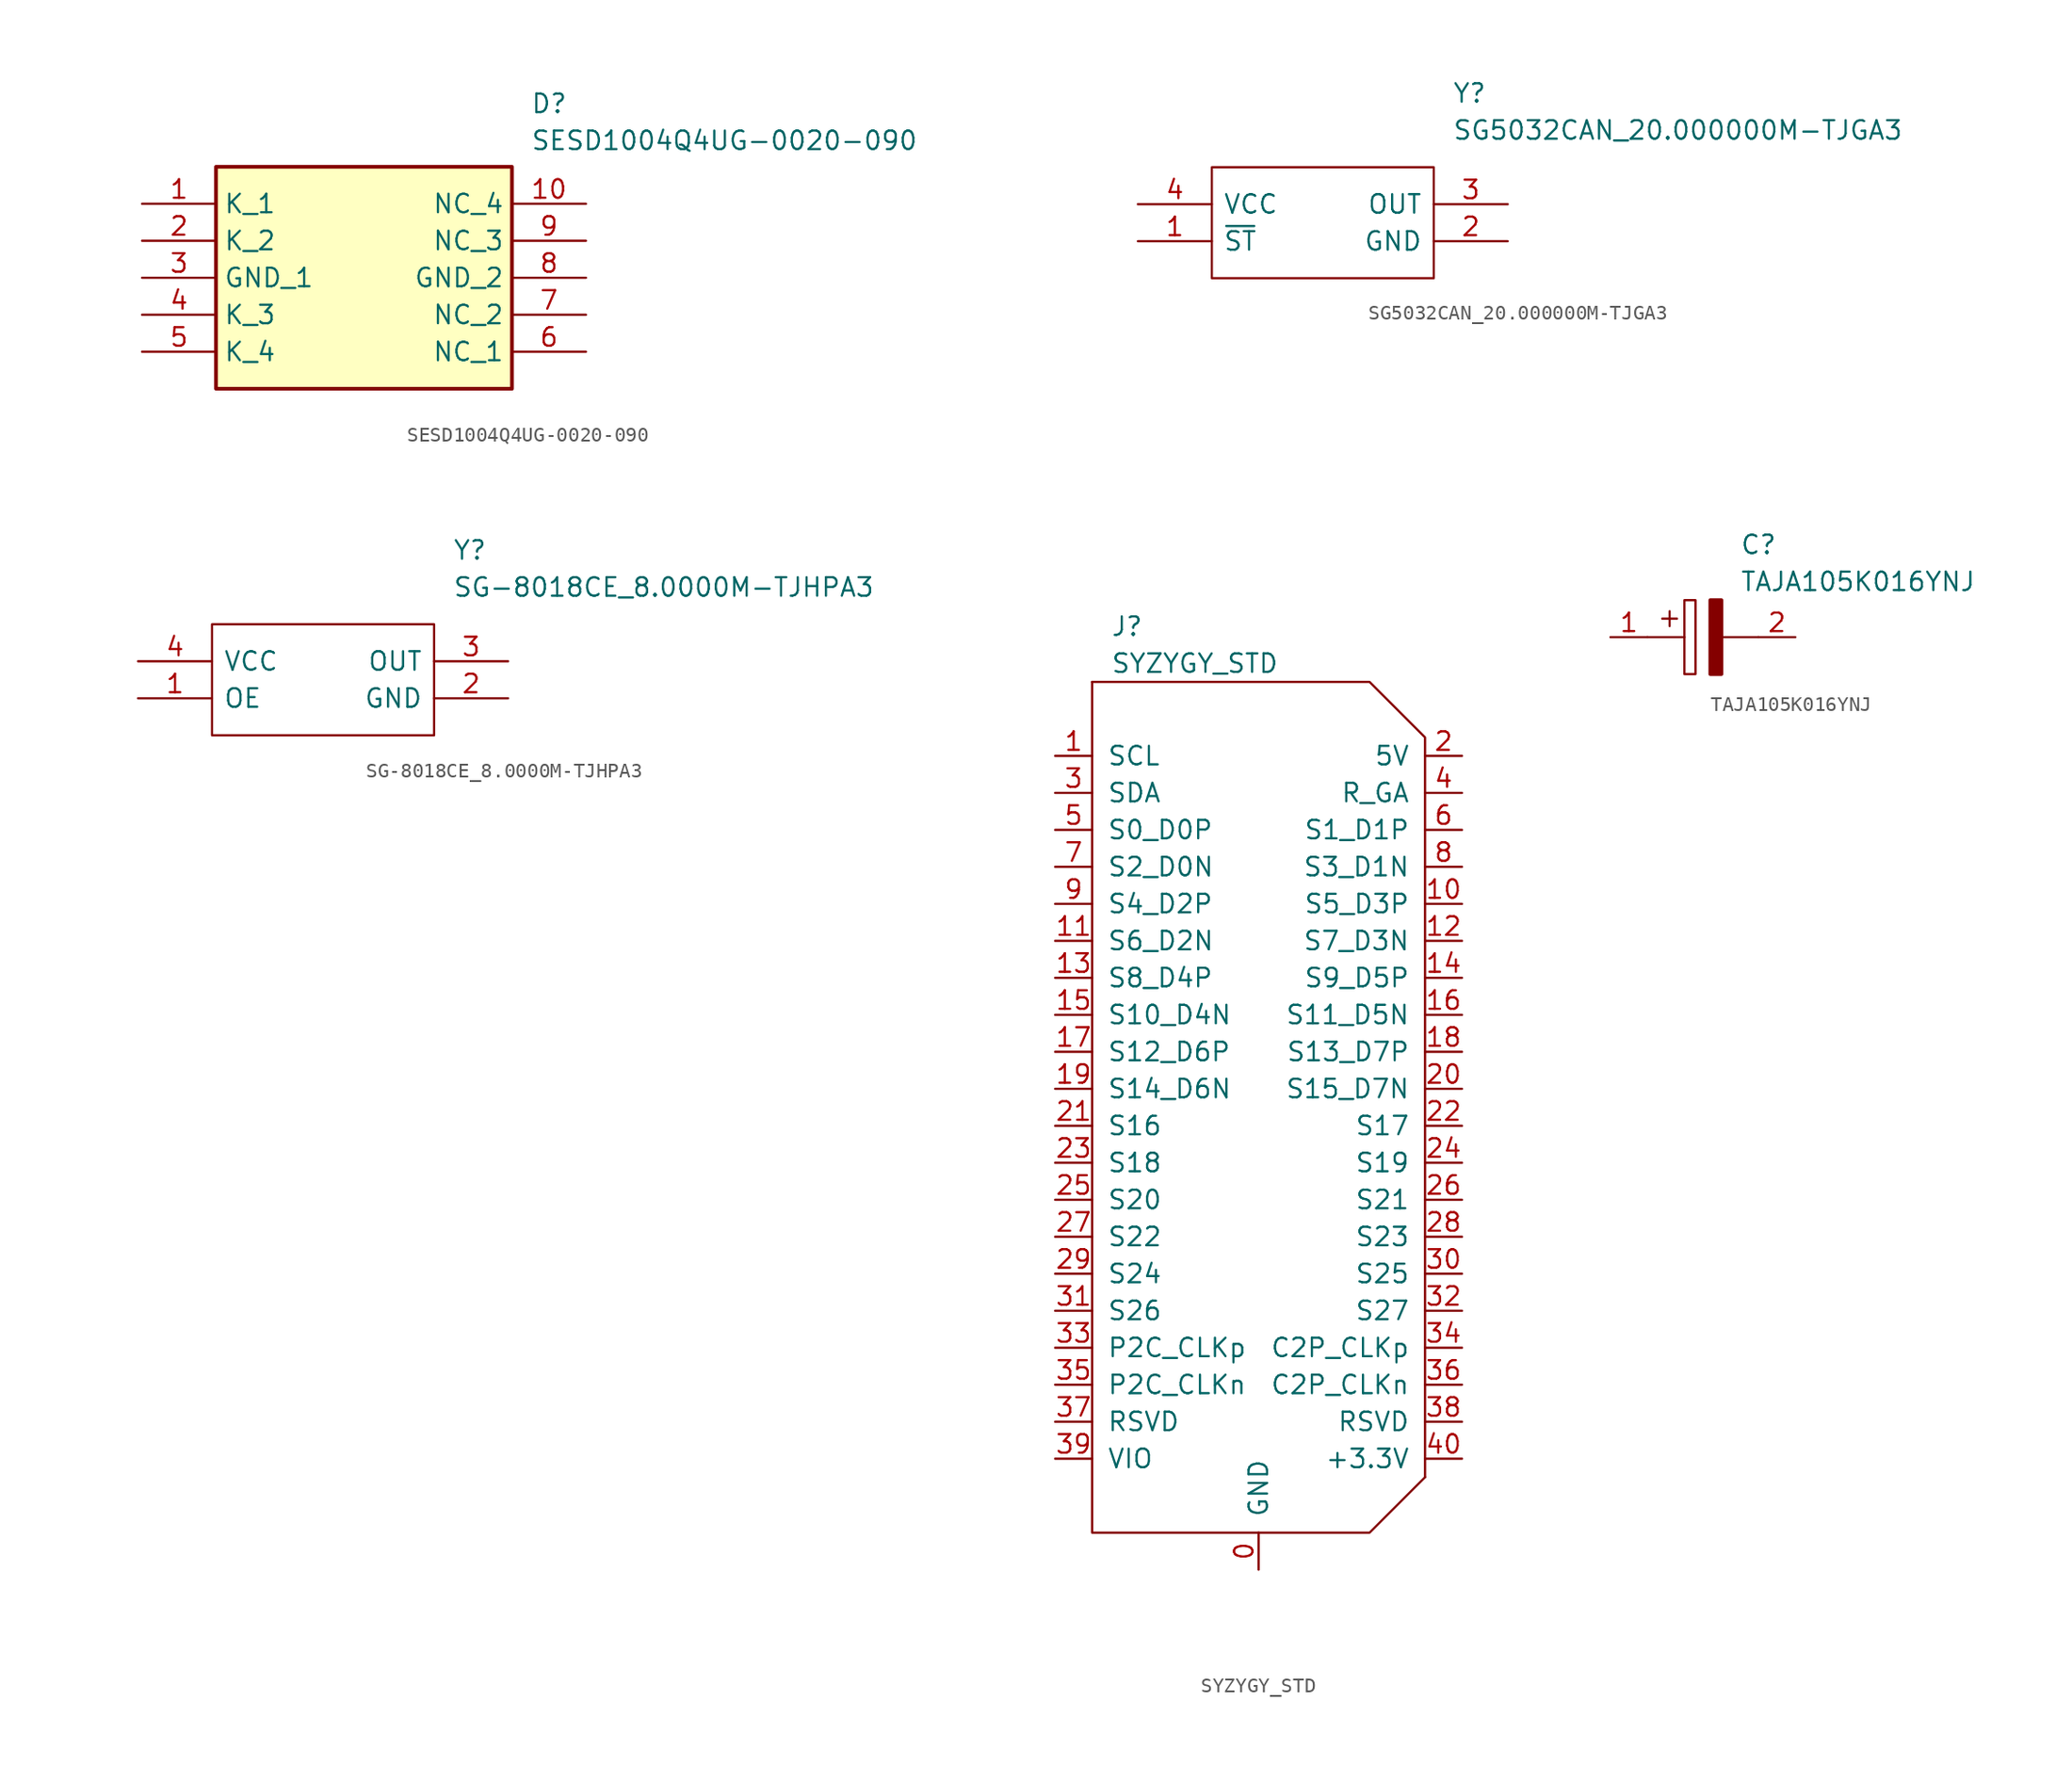
<source format=kicad_sym>
(kicad_symbol_lib
  (version 20231120)
  (generator "kicad_symbol_editor")
  (generator_version "8.0")
  (symbol "SESD1004Q4UG-0020-090"
    (property "Reference" "D"
      (at 26.67 7.62 0)
      (effects (font (size 1.27 1.27)) (justify left top)))
    (property "Value" "SESD1004Q4UG-0020-090"
      (at 26.67 5.08 0)
      (effects (font (size 1.27 1.27)) (justify left top)))
    (symbol "SESD1004Q4UG-0020-090_1_1"
      (rectangle (start 5.08 2.54) (end 25.4 -12.7) (stroke (width 0.254) (type default)) (fill (type background)))
      (pin passive line (at 0 0 0) (length 5.08) (name "K_1" (effects (font (size 1.27 1.27)))) (number "1" (effects (font (size 1.27 1.27)))))
      (pin passive line (at 30.48 0 180) (length 5.08) (name "NC_4" (effects (font (size 1.27 1.27)))) (number "10" (effects (font (size 1.27 1.27)))))
      (pin passive line (at 0 -2.54 0) (length 5.08) (name "K_2" (effects (font (size 1.27 1.27)))) (number "2" (effects (font (size 1.27 1.27)))))
      (pin passive line (at 0 -5.08 0) (length 5.08) (name "GND_1" (effects (font (size 1.27 1.27)))) (number "3" (effects (font (size 1.27 1.27)))))
      (pin passive line (at 0 -7.62 0) (length 5.08) (name "K_3" (effects (font (size 1.27 1.27)))) (number "4" (effects (font (size 1.27 1.27)))))
      (pin passive line (at 0 -10.16 0) (length 5.08) (name "K_4" (effects (font (size 1.27 1.27)))) (number "5" (effects (font (size 1.27 1.27)))))
      (pin passive line (at 30.48 -10.16 180) (length 5.08) (name "NC_1" (effects (font (size 1.27 1.27)))) (number "6" (effects (font (size 1.27 1.27)))))
      (pin passive line (at 30.48 -7.62 180) (length 5.08) (name "NC_2" (effects (font (size 1.27 1.27)))) (number "7" (effects (font (size 1.27 1.27)))))
      (pin passive line (at 30.48 -5.08 180) (length 5.08) (name "GND_2" (effects (font (size 1.27 1.27)))) (number "8" (effects (font (size 1.27 1.27)))))
      (pin passive line (at 30.48 -2.54 180) (length 5.08) (name "NC_3" (effects (font (size 1.27 1.27)))) (number "9" (effects (font (size 1.27 1.27)))))))
  (symbol "SG5032CAN_20.000000M-TJGA3"
    (pin_names
      (offset 0.762))
    (property "Reference" "Y"
      (at 21.59 7.62 0)
      (effects (font (size 1.27 1.27)) (justify left)))
    (property "Value" "SG5032CAN_20.000000M-TJGA3"
      (at 21.59 5.08 0)
      (effects (font (size 1.27 1.27)) (justify left)))
    (symbol "SG5032CAN_20.000000M-TJGA3_0_0"
      (pin passive line (at 0 -2.54 0) (length 5.08) (name "~{ST}" (effects (font (size 1.27 1.27)))) (number "1" (effects (font (size 1.27 1.27)))))
      (pin passive line (at 25.4 -2.54 180) (length 5.08) (name "GND" (effects (font (size 1.27 1.27)))) (number "2" (effects (font (size 1.27 1.27)))))
      (pin passive line (at 25.4 0 180) (length 5.08) (name "OUT" (effects (font (size 1.27 1.27)))) (number "3" (effects (font (size 1.27 1.27)))))
      (pin passive line (at 0 0 0) (length 5.08) (name "VCC" (effects (font (size 1.27 1.27)))) (number "4" (effects (font (size 1.27 1.27))))))
    (symbol "SG5032CAN_20.000000M-TJGA3_0_1"
      (polyline (pts (xy 5.08 2.54) (xy 20.32 2.54) (xy 20.32 -5.08) (xy 5.08 -5.08) (xy 5.08 2.54)) (stroke (width 0.152) (type solid)) (fill (type none)))))
  (symbol "SG-8018CE_8.0000M-TJHPA3"
    (pin_names
      (offset 0.762))
    (property "Reference" "Y"
      (at 21.59 7.62 0)
      (effects (font (size 1.27 1.27)) (justify left)))
    (property "Value" "SG-8018CE_8.0000M-TJHPA3"
      (at 21.59 5.08 0)
      (effects (font (size 1.27 1.27)) (justify left)))
    (symbol "SG-8018CE_8.0000M-TJHPA3_0_0"
      (pin passive line (at 0 -2.54 0) (length 5.08) (name "OE" (effects (font (size 1.27 1.27)))) (number "1" (effects (font (size 1.27 1.27)))))
      (pin passive line (at 25.4 -2.54 180) (length 5.08) (name "GND" (effects (font (size 1.27 1.27)))) (number "2" (effects (font (size 1.27 1.27)))))
      (pin passive line (at 25.4 0 180) (length 5.08) (name "OUT" (effects (font (size 1.27 1.27)))) (number "3" (effects (font (size 1.27 1.27)))))
      (pin passive line (at 0 0 0) (length 5.08) (name "VCC" (effects (font (size 1.27 1.27)))) (number "4" (effects (font (size 1.27 1.27))))))
    (symbol "SG-8018CE_8.0000M-TJHPA3_0_1"
      (polyline (pts (xy 5.08 2.54) (xy 20.32 2.54) (xy 20.32 -5.08) (xy 5.08 -5.08) (xy 5.08 2.54)) (stroke (width 0.152) (type solid)) (fill (type none)))))
  (symbol "SYZYGY_STD"
    (pin_names
      (offset 1.016))
    (property "Reference" "J"
      (at -10.16 30.48 0)
      (effects (font (size 1.27 1.27)) (justify left)))
    (property "Value" "SYZYGY_STD"
      (at -10.16 27.94 0)
      (effects (font (size 1.27 1.27)) (justify left)))
    (symbol "SYZYGY_STD_0_1"
      (polyline (pts (xy -11.43 26.67) (xy -11.43 -31.75) (xy 7.62 -31.75) (xy 11.43 -27.94)) (stroke (width 0) (type solid)) (fill (type none)))
      (polyline (pts (xy 11.43 -27.94) (xy 11.43 22.86) (xy 7.62 26.67) (xy -11.43 26.67)) (stroke (width 0) (type solid)) (fill (type none))))
    (symbol "SYZYGY_STD_1_1"
      (pin passive line (at 0 -34.29 90) (length 2.54) (name "GND" (effects (font (size 1.27 1.27)))) (number "0" (effects (font (size 1.27 1.27)))))
      (pin passive line (at -13.97 21.59 0) (length 2.54) (name "SCL" (effects (font (size 1.27 1.27)))) (number "1" (effects (font (size 1.27 1.27)))))
      (pin passive line (at 13.97 11.43 180) (length 2.54) (name "S5_D3P" (effects (font (size 1.27 1.27)))) (number "10" (effects (font (size 1.27 1.27)))))
      (pin passive line (at -13.97 8.89 0) (length 2.54) (name "S6_D2N" (effects (font (size 1.27 1.27)))) (number "11" (effects (font (size 1.27 1.27)))))
      (pin passive line (at 13.97 8.89 180) (length 2.54) (name "S7_D3N" (effects (font (size 1.27 1.27)))) (number "12" (effects (font (size 1.27 1.27)))))
      (pin passive line (at -13.97 6.35 0) (length 2.54) (name "S8_D4P" (effects (font (size 1.27 1.27)))) (number "13" (effects (font (size 1.27 1.27)))))
      (pin passive line (at 13.97 6.35 180) (length 2.54) (name "S9_D5P" (effects (font (size 1.27 1.27)))) (number "14" (effects (font (size 1.27 1.27)))))
      (pin passive line (at -13.97 3.81 0) (length 2.54) (name "S10_D4N" (effects (font (size 1.27 1.27)))) (number "15" (effects (font (size 1.27 1.27)))))
      (pin passive line (at 13.97 3.81 180) (length 2.54) (name "S11_D5N" (effects (font (size 1.27 1.27)))) (number "16" (effects (font (size 1.27 1.27)))))
      (pin passive line (at -13.97 1.27 0) (length 2.54) (name "S12_D6P" (effects (font (size 1.27 1.27)))) (number "17" (effects (font (size 1.27 1.27)))))
      (pin passive line (at 13.97 1.27 180) (length 2.54) (name "S13_D7P" (effects (font (size 1.27 1.27)))) (number "18" (effects (font (size 1.27 1.27)))))
      (pin passive line (at -13.97 -1.27 0) (length 2.54) (name "S14_D6N" (effects (font (size 1.27 1.27)))) (number "19" (effects (font (size 1.27 1.27)))))
      (pin power_out line (at 13.97 21.59 180) (length 2.54) (name "5V" (effects (font (size 1.27 1.27)))) (number "2" (effects (font (size 1.27 1.27)))))
      (pin passive line (at 13.97 -1.27 180) (length 2.54) (name "S15_D7N" (effects (font (size 1.27 1.27)))) (number "20" (effects (font (size 1.27 1.27)))))
      (pin passive line (at -13.97 -3.81 0) (length 2.54) (name "S16" (effects (font (size 1.27 1.27)))) (number "21" (effects (font (size 1.27 1.27)))))
      (pin passive line (at 13.97 -3.81 180) (length 2.54) (name "S17" (effects (font (size 1.27 1.27)))) (number "22" (effects (font (size 1.27 1.27)))))
      (pin passive line (at -13.97 -6.35 0) (length 2.54) (name "S18" (effects (font (size 1.27 1.27)))) (number "23" (effects (font (size 1.27 1.27)))))
      (pin passive line (at 13.97 -6.35 180) (length 2.54) (name "S19" (effects (font (size 1.27 1.27)))) (number "24" (effects (font (size 1.27 1.27)))))
      (pin passive line (at -13.97 -8.89 0) (length 2.54) (name "S20" (effects (font (size 1.27 1.27)))) (number "25" (effects (font (size 1.27 1.27)))))
      (pin passive line (at 13.97 -8.89 180) (length 2.54) (name "S21" (effects (font (size 1.27 1.27)))) (number "26" (effects (font (size 1.27 1.27)))))
      (pin passive line (at -13.97 -11.43 0) (length 2.54) (name "S22" (effects (font (size 1.27 1.27)))) (number "27" (effects (font (size 1.27 1.27)))))
      (pin passive line (at 13.97 -11.43 180) (length 2.54) (name "S23" (effects (font (size 1.27 1.27)))) (number "28" (effects (font (size 1.27 1.27)))))
      (pin passive line (at -13.97 -13.97 0) (length 2.54) (name "S24" (effects (font (size 1.27 1.27)))) (number "29" (effects (font (size 1.27 1.27)))))
      (pin passive line (at -13.97 19.05 0) (length 2.54) (name "SDA" (effects (font (size 1.27 1.27)))) (number "3" (effects (font (size 1.27 1.27)))))
      (pin passive line (at 13.97 -13.97 180) (length 2.54) (name "S25" (effects (font (size 1.27 1.27)))) (number "30" (effects (font (size 1.27 1.27)))))
      (pin passive line (at -13.97 -16.51 0) (length 2.54) (name "S26" (effects (font (size 1.27 1.27)))) (number "31" (effects (font (size 1.27 1.27)))))
      (pin passive line (at 13.97 -16.51 180) (length 2.54) (name "S27" (effects (font (size 1.27 1.27)))) (number "32" (effects (font (size 1.27 1.27)))))
      (pin passive line (at -13.97 -19.05 0) (length 2.54) (name "P2C_CLKp" (effects (font (size 1.27 1.27)))) (number "33" (effects (font (size 1.27 1.27)))))
      (pin passive line (at 13.97 -19.05 180) (length 2.54) (name "C2P_CLKp" (effects (font (size 1.27 1.27)))) (number "34" (effects (font (size 1.27 1.27)))))
      (pin passive line (at -13.97 -21.59 0) (length 2.54) (name "P2C_CLKn" (effects (font (size 1.27 1.27)))) (number "35" (effects (font (size 1.27 1.27)))))
      (pin passive line (at 13.97 -21.59 180) (length 2.54) (name "C2P_CLKn" (effects (font (size 1.27 1.27)))) (number "36" (effects (font (size 1.27 1.27)))))
      (pin passive line (at -13.97 -24.13 0) (length 2.54) (name "RSVD" (effects (font (size 1.27 1.27)))) (number "37" (effects (font (size 1.27 1.27)))))
      (pin passive line (at 13.97 -24.13 180) (length 2.54) (name "RSVD" (effects (font (size 1.27 1.27)))) (number "38" (effects (font (size 1.27 1.27)))))
      (pin power_out line (at -13.97 -26.67 0) (length 2.54) (name "VIO" (effects (font (size 1.27 1.27)))) (number "39" (effects (font (size 1.27 1.27)))))
      (pin passive line (at 13.97 19.05 180) (length 2.54) (name "R_GA" (effects (font (size 1.27 1.27)))) (number "4" (effects (font (size 1.27 1.27)))))
      (pin power_out line (at 13.97 -26.67 180) (length 2.54) (name "+3.3V" (effects (font (size 1.27 1.27)))) (number "40" (effects (font (size 1.27 1.27)))))
      (pin passive line (at -13.97 16.51 0) (length 2.54) (name "S0_D0P" (effects (font (size 1.27 1.27)))) (number "5" (effects (font (size 1.27 1.27)))))
      (pin passive line (at 13.97 16.51 180) (length 2.54) (name "S1_D1P" (effects (font (size 1.27 1.27)))) (number "6" (effects (font (size 1.27 1.27)))))
      (pin passive line (at -13.97 13.97 0) (length 2.54) (name "S2_D0N" (effects (font (size 1.27 1.27)))) (number "7" (effects (font (size 1.27 1.27)))))
      (pin passive line (at 13.97 13.97 180) (length 2.54) (name "S3_D1N" (effects (font (size 1.27 1.27)))) (number "8" (effects (font (size 1.27 1.27)))))
      (pin passive line (at -13.97 11.43 0) (length 2.54) (name "S4_D2P" (effects (font (size 1.27 1.27)))) (number "9" (effects (font (size 1.27 1.27)))))))
  (symbol "TAJA105K016YNJ"
    (pin_names
      (offset 0.762))
    (property "Reference" "C"
      (at 8.89 6.35 0)
      (effects (font (size 1.27 1.27)) (justify left)))
    (property "Value" "TAJA105K016YNJ"
      (at 8.89 3.81 0)
      (effects (font (size 1.27 1.27)) (justify left)))
    (symbol "TAJA105K016YNJ_0_0"
      (pin passive line (at 0 0 0) (length 2.54) (name "~" (effects (font (size 1.27 1.27)))) (number "1" (effects (font (size 1.27 1.27)))))
      (pin passive line (at 12.7 0 180) (length 2.54) (name "~" (effects (font (size 1.27 1.27)))) (number "2" (effects (font (size 1.27 1.27))))))
    (symbol "TAJA105K016YNJ_0_1"
      (polyline (pts (xy 2.54 0) (xy 5.08 0)) (stroke (width 0.152) (type default)) (fill (type none)))
      (polyline (pts (xy 4.064 1.778) (xy 4.064 0.762)) (stroke (width 0.152) (type default)) (fill (type none)))
      (polyline (pts (xy 4.572 1.27) (xy 3.556 1.27)) (stroke (width 0.152) (type default)) (fill (type none)))
      (polyline (pts (xy 7.62 0) (xy 10.16 0)) (stroke (width 0.152) (type default)) (fill (type none)))
      (polyline (pts (xy 5.08 2.54) (xy 5.08 -2.54) (xy 5.842 -2.54) (xy 5.842 2.54) (xy 5.08 2.54)) (stroke (width 0.152) (type default)) (fill (type none)))
      (polyline (pts (xy 7.62 2.54) (xy 7.62 -2.54) (xy 6.858 -2.54) (xy 6.858 2.54) (xy 7.62 2.54)) (stroke (width 0.254) (type default)) (fill (type outline))))))
</source>
